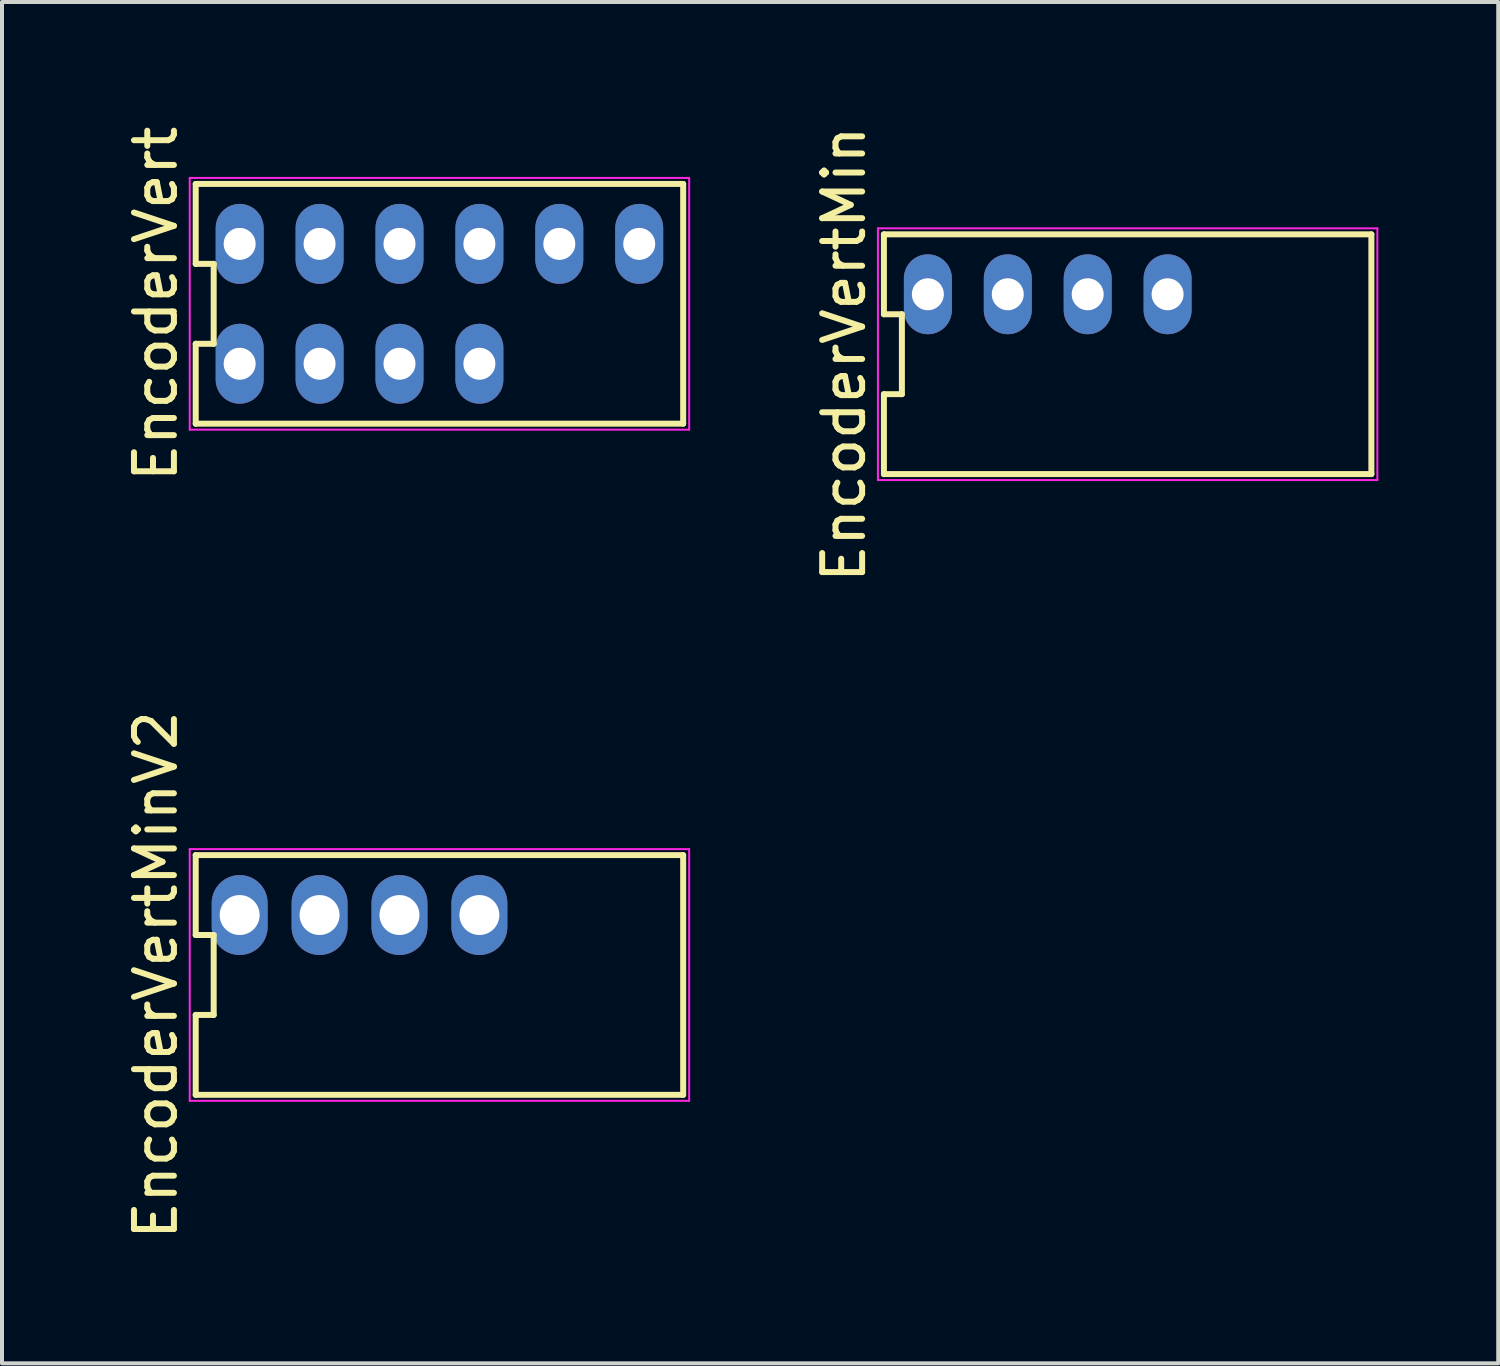
<source format=kicad_pcb>
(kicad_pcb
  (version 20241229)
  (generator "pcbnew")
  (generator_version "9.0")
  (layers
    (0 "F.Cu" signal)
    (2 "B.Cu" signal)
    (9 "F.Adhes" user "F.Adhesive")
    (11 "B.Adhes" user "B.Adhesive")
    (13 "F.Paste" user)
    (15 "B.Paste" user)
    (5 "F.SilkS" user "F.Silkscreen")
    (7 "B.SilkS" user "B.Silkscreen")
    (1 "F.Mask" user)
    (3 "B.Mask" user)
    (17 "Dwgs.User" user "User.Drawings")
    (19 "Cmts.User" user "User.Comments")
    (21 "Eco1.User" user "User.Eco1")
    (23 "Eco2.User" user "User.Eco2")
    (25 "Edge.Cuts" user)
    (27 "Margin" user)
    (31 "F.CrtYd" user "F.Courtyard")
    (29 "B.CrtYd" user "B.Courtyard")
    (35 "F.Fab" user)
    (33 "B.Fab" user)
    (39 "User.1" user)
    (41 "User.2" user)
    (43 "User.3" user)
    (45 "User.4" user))
  (footprint "EncoderVert"
    (layer "F.Cu")
    (at 7.948 4.554)
    (property "Reference" "EncoderVert" (at -7.1 0 90) (layer "F.SilkS") (effects (font (size 1 1) (thickness 0.15))))
    (attr through_hole)
    (fp_line (start -6.1 -3) (end -6.1 -1) (stroke (width 0.15) (type solid)) (layer "F.SilkS"))
    (fp_line (start -6.1 -1) (end -5.65 -1) (stroke (width 0.15) (type solid)) (layer "F.SilkS"))
    (fp_line (start -6.1 1) (end -6.1 3) (stroke (width 0.15) (type solid)) (layer "F.SilkS"))
    (fp_line (start -6.1 3) (end 6.1 3) (stroke (width 0.15) (type solid)) (layer "F.SilkS"))
    (fp_line (start -5.65 -1) (end -5.65 1) (stroke (width 0.15) (type solid)) (layer "F.SilkS"))
    (fp_line (start -5.65 1) (end -6.1 1) (stroke (width 0.15) (type solid)) (layer "F.SilkS"))
    (fp_line (start 6.1 -3) (end -6.1 -3) (stroke (width 0.15) (type solid)) (layer "F.SilkS"))
    (fp_line (start 6.1 3) (end 6.1 -3) (stroke (width 0.15) (type solid)) (layer "F.SilkS"))
    (fp_line (start -6.25 -3.15) (end 6.25 -3.15) (stroke (width 0.05) (type solid)) (layer "F.CrtYd"))
    (fp_line (start -6.25 3.15) (end -6.25 -3.15) (stroke (width 0.05) (type solid)) (layer "F.CrtYd"))
    (fp_line (start 6.25 -3.15) (end 6.25 3.15) (stroke (width 0.05) (type solid)) (layer "F.CrtYd"))
    (fp_line (start 6.25 3.15) (end -6.25 3.15) (stroke (width 0.05) (type solid)) (layer "F.CrtYd"))
    (pad "1" thru_hole oval (at -5 -1.5) (size 1.2 2) (drill 0.8) (layers "*.Cu" "*.Mask"))
    (pad "1" thru_hole oval (at -5 1.5) (size 1.2 2) (drill 0.8) (layers "*.Cu" "*.Mask"))
    (pad "2" thru_hole oval (at -3 -1.5) (size 1.2 2) (drill 0.8) (layers "*.Cu" "*.Mask"))
    (pad "2" thru_hole oval (at -3 1.5) (size 1.2 2) (drill 0.8) (layers "*.Cu" "*.Mask"))
    (pad "3" thru_hole oval (at -1 -1.5) (size 1.2 2) (drill 0.8) (layers "*.Cu" "*.Mask"))
    (pad "3" thru_hole oval (at -1 1.5) (size 1.2 2) (drill 0.8) (layers "*.Cu" "*.Mask"))
    (pad "4" thru_hole oval (at 1 -1.5) (size 1.2 2) (drill 0.8) (layers "*.Cu" "*.Mask"))
    (pad "4" thru_hole oval (at 1 1.5) (size 1.2 2) (drill 0.8) (layers "*.Cu" "*.Mask"))
    (pad "5" thru_hole oval (at 3 -1.5) (size 1.2 2) (drill 0.8) (layers "*.Cu" "*.Mask"))
    (pad "6" thru_hole oval (at 5 -1.5) (size 1.2 2) (drill 0.8) (layers "*.Cu" "*.Mask")))
  (footprint "EncoderVertMinV2"
    (layer "F.Cu")
    (at 7.948 21.351)
    (property "Reference" "EncoderVertMinV2" (at -7.1 0 90) (layer "F.SilkS") (effects (font (size 1 1) (thickness 0.15))))
    (attr through_hole)
    (fp_line (start -6.1 -3) (end -6.1 -1) (stroke (width 0.15) (type solid)) (layer "F.SilkS"))
    (fp_line (start -6.1 -1) (end -5.65 -1) (stroke (width 0.15) (type solid)) (layer "F.SilkS"))
    (fp_line (start -6.1 1) (end -6.1 3) (stroke (width 0.15) (type solid)) (layer "F.SilkS"))
    (fp_line (start -6.1 3) (end 6.1 3) (stroke (width 0.15) (type solid)) (layer "F.SilkS"))
    (fp_line (start -5.65 -1) (end -5.65 1) (stroke (width 0.15) (type solid)) (layer "F.SilkS"))
    (fp_line (start -5.65 1) (end -6.1 1) (stroke (width 0.15) (type solid)) (layer "F.SilkS"))
    (fp_line (start 6.1 -3) (end -6.1 -3) (stroke (width 0.15) (type solid)) (layer "F.SilkS"))
    (fp_line (start 6.1 3) (end 6.1 -3) (stroke (width 0.15) (type solid)) (layer "F.SilkS"))
    (fp_line (start -6.25 -3.15) (end 6.25 -3.15) (stroke (width 0.05) (type solid)) (layer "F.CrtYd"))
    (fp_line (start -6.25 3.15) (end -6.25 -3.15) (stroke (width 0.05) (type solid)) (layer "F.CrtYd"))
    (fp_line (start 6.25 -3.15) (end 6.25 3.15) (stroke (width 0.05) (type solid)) (layer "F.CrtYd"))
    (fp_line (start 6.25 3.15) (end -6.25 3.15) (stroke (width 0.05) (type solid)) (layer "F.CrtYd"))
    (pad "1" thru_hole oval (at -5 -1.5) (size 1.4 2) (drill 1) (layers "*.Cu" "*.Mask"))
    (pad "2" thru_hole oval (at -3 -1.5) (size 1.4 2) (drill 1) (layers "*.Cu" "*.Mask"))
    (pad "3" thru_hole oval (at -1 -1.5) (size 1.4 2) (drill 1) (layers "*.Cu" "*.Mask"))
    (pad "4" thru_hole oval (at 1 -1.5) (size 1.4 2) (drill 1) (layers "*.Cu" "*.Mask")))
  (footprint "EncoderVertMin"
    (layer "F.Cu")
    (at 25.172 5.815)
    (property "Reference" "EncoderVertMin" (at -7.1 0 90) (layer "F.SilkS") (effects (font (size 1 1) (thickness 0.15))))
    (attr through_hole)
    (fp_line (start -6.1 -3) (end -6.1 -1) (stroke (width 0.15) (type solid)) (layer "F.SilkS"))
    (fp_line (start -6.1 -1) (end -5.65 -1) (stroke (width 0.15) (type solid)) (layer "F.SilkS"))
    (fp_line (start -6.1 1) (end -6.1 3) (stroke (width 0.15) (type solid)) (layer "F.SilkS"))
    (fp_line (start -6.1 3) (end 6.1 3) (stroke (width 0.15) (type solid)) (layer "F.SilkS"))
    (fp_line (start -5.65 -1) (end -5.65 1) (stroke (width 0.15) (type solid)) (layer "F.SilkS"))
    (fp_line (start -5.65 1) (end -6.1 1) (stroke (width 0.15) (type solid)) (layer "F.SilkS"))
    (fp_line (start 6.1 -3) (end -6.1 -3) (stroke (width 0.15) (type solid)) (layer "F.SilkS"))
    (fp_line (start 6.1 3) (end 6.1 -3) (stroke (width 0.15) (type solid)) (layer "F.SilkS"))
    (fp_line (start -6.25 -3.15) (end 6.25 -3.15) (stroke (width 0.05) (type solid)) (layer "F.CrtYd"))
    (fp_line (start -6.25 3.15) (end -6.25 -3.15) (stroke (width 0.05) (type solid)) (layer "F.CrtYd"))
    (fp_line (start 6.25 -3.15) (end 6.25 3.15) (stroke (width 0.05) (type solid)) (layer "F.CrtYd"))
    (fp_line (start 6.25 3.15) (end -6.25 3.15) (stroke (width 0.05) (type solid)) (layer "F.CrtYd"))
    (pad "1" thru_hole oval (at -5 -1.5) (size 1.2 2) (drill 0.8) (layers "*.Cu" "*.Mask"))
    (pad "2" thru_hole oval (at -3 -1.5) (size 1.2 2) (drill 0.8) (layers "*.Cu" "*.Mask"))
    (pad "3" thru_hole oval (at -1 -1.5) (size 1.2 2) (drill 0.8) (layers "*.Cu" "*.Mask"))
    (pad "4" thru_hole oval (at 1 -1.5) (size 1.2 2) (drill 0.8) (layers "*.Cu" "*.Mask")))
  (gr_rect
    (start -3 -3)
    (end 34.447 31.071)
    (stroke (width 0.1) (type default))
    (fill no)
    (layer "Edge.Cuts")))
</source>
